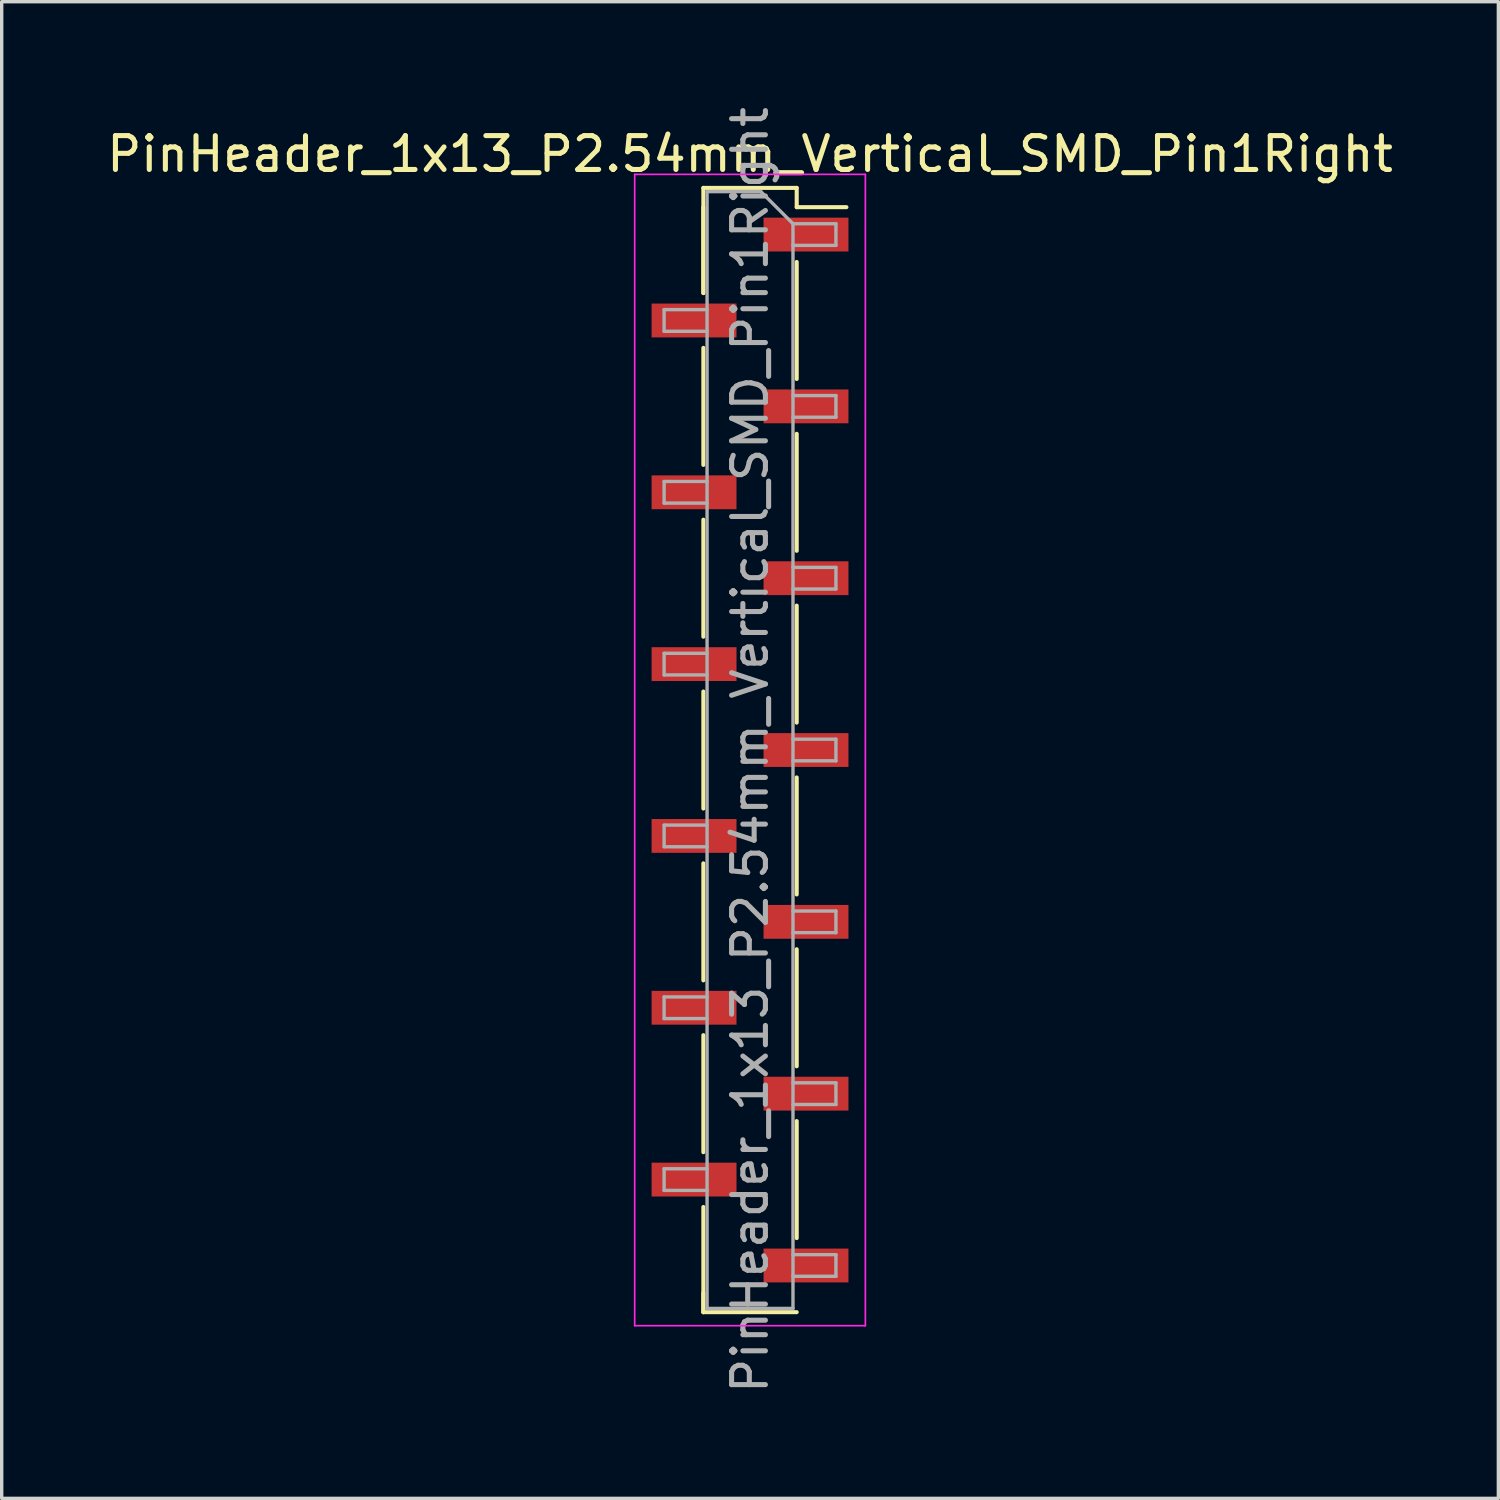
<source format=kicad_pcb>
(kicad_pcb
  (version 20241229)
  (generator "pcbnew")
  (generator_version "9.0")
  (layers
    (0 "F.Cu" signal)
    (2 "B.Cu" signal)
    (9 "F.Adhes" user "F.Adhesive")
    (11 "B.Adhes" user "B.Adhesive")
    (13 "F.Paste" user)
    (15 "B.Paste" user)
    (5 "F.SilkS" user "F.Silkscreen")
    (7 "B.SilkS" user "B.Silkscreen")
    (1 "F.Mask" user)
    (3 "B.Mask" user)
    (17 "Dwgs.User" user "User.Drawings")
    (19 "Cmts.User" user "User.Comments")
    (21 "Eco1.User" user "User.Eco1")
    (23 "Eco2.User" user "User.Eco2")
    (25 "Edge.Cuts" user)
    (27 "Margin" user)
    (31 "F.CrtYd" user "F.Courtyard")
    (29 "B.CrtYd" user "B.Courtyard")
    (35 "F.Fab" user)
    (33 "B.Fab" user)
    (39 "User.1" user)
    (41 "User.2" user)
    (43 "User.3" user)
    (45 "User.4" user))
  (footprint "PinHeader_1x13_P2.54mm_Vertical_SMD_Pin1Right"
    (layer "F.Cu")
    (at 19.125 19.125)
    (property "Reference" "PinHeader_1x13_P2.54mm_Vertical_SMD_Pin1Right" (at 0 -17.62 0) (layer "F.SilkS") (effects (font (size 1 1) (thickness 0.15))))
    (attr smd)
    (fp_line (start -1.38 -16.62) (end -1.38 -13.51) (stroke (width 0.12) (type solid)) (layer "F.SilkS"))
    (fp_line (start -1.38 -16.62) (end 1.38 -16.62) (stroke (width 0.12) (type solid)) (layer "F.SilkS"))
    (fp_line (start -1.38 -16.05) (end -1.38 -13.51) (stroke (width 0.12) (type solid)) (layer "F.SilkS"))
    (fp_line (start -1.38 -11.89) (end -1.38 -8.43) (stroke (width 0.12) (type solid)) (layer "F.SilkS"))
    (fp_line (start -1.38 -6.81) (end -1.38 -3.35) (stroke (width 0.12) (type solid)) (layer "F.SilkS"))
    (fp_line (start -1.38 -1.73) (end -1.38 1.73) (stroke (width 0.12) (type solid)) (layer "F.SilkS"))
    (fp_line (start -1.38 3.35) (end -1.38 6.81) (stroke (width 0.12) (type solid)) (layer "F.SilkS"))
    (fp_line (start -1.38 8.43) (end -1.38 11.89) (stroke (width 0.12) (type solid)) (layer "F.SilkS"))
    (fp_line (start -1.38 13.51) (end -1.38 16.62) (stroke (width 0.12) (type solid)) (layer "F.SilkS"))
    (fp_line (start -1.38 16.05) (end -1.38 16.62) (stroke (width 0.12) (type solid)) (layer "F.SilkS"))
    (fp_line (start -1.38 16.62) (end 1.38 16.62) (stroke (width 0.12) (type solid)) (layer "F.SilkS"))
    (fp_line (start 1.38 -16.62) (end 1.38 -16.05) (stroke (width 0.12) (type solid)) (layer "F.SilkS"))
    (fp_line (start 1.38 -16.05) (end 2.85 -16.05) (stroke (width 0.12) (type solid)) (layer "F.SilkS"))
    (fp_line (start 1.38 -14.43) (end 1.38 -10.97) (stroke (width 0.12) (type solid)) (layer "F.SilkS"))
    (fp_line (start 1.38 -9.35) (end 1.38 -5.89) (stroke (width 0.12) (type solid)) (layer "F.SilkS"))
    (fp_line (start 1.38 -4.27) (end 1.38 -0.81) (stroke (width 0.12) (type solid)) (layer "F.SilkS"))
    (fp_line (start 1.38 0.81) (end 1.38 4.27) (stroke (width 0.12) (type solid)) (layer "F.SilkS"))
    (fp_line (start 1.38 5.89) (end 1.38 9.35) (stroke (width 0.12) (type solid)) (layer "F.SilkS"))
    (fp_line (start 1.38 10.97) (end 1.38 14.43) (stroke (width 0.12) (type solid)) (layer "F.SilkS"))
    (fp_line (start -3.41 -17.02) (end -3.41 17.02) (stroke (width 0.05) (type solid)) (layer "F.CrtYd"))
    (fp_line (start -3.41 17.02) (end 3.41 17.02) (stroke (width 0.05) (type solid)) (layer "F.CrtYd"))
    (fp_line (start 3.41 -17.02) (end -3.41 -17.02) (stroke (width 0.05) (type solid)) (layer "F.CrtYd"))
    (fp_line (start 3.41 17.02) (end 3.41 -17.02) (stroke (width 0.05) (type solid)) (layer "F.CrtYd"))
    (fp_line (start -2.54 -13.02) (end -2.54 -12.38) (stroke (width 0.1) (type solid)) (layer "F.Fab"))
    (fp_line (start -2.54 -12.38) (end -1.27 -12.38) (stroke (width 0.1) (type solid)) (layer "F.Fab"))
    (fp_line (start -2.54 -7.94) (end -2.54 -7.3) (stroke (width 0.1) (type solid)) (layer "F.Fab"))
    (fp_line (start -2.54 -7.3) (end -1.27 -7.3) (stroke (width 0.1) (type solid)) (layer "F.Fab"))
    (fp_line (start -2.54 -2.86) (end -2.54 -2.22) (stroke (width 0.1) (type solid)) (layer "F.Fab"))
    (fp_line (start -2.54 -2.22) (end -1.27 -2.22) (stroke (width 0.1) (type solid)) (layer "F.Fab"))
    (fp_line (start -2.54 2.22) (end -2.54 2.86) (stroke (width 0.1) (type solid)) (layer "F.Fab"))
    (fp_line (start -2.54 2.86) (end -1.27 2.86) (stroke (width 0.1) (type solid)) (layer "F.Fab"))
    (fp_line (start -2.54 7.3) (end -2.54 7.94) (stroke (width 0.1) (type solid)) (layer "F.Fab"))
    (fp_line (start -2.54 7.94) (end -1.27 7.94) (stroke (width 0.1) (type solid)) (layer "F.Fab"))
    (fp_line (start -2.54 12.38) (end -2.54 13.02) (stroke (width 0.1) (type solid)) (layer "F.Fab"))
    (fp_line (start -2.54 13.02) (end -1.27 13.02) (stroke (width 0.1) (type solid)) (layer "F.Fab"))
    (fp_line (start -1.27 -16.51) (end -1.27 16.51) (stroke (width 0.1) (type solid)) (layer "F.Fab"))
    (fp_line (start -1.27 -16.51) (end 0.32 -16.51) (stroke (width 0.1) (type solid)) (layer "F.Fab"))
    (fp_line (start -1.27 -13.02) (end -2.54 -13.02) (stroke (width 0.1) (type solid)) (layer "F.Fab"))
    (fp_line (start -1.27 -7.94) (end -2.54 -7.94) (stroke (width 0.1) (type solid)) (layer "F.Fab"))
    (fp_line (start -1.27 -2.86) (end -2.54 -2.86) (stroke (width 0.1) (type solid)) (layer "F.Fab"))
    (fp_line (start -1.27 2.22) (end -2.54 2.22) (stroke (width 0.1) (type solid)) (layer "F.Fab"))
    (fp_line (start -1.27 7.3) (end -2.54 7.3) (stroke (width 0.1) (type solid)) (layer "F.Fab"))
    (fp_line (start -1.27 12.38) (end -2.54 12.38) (stroke (width 0.1) (type solid)) (layer "F.Fab"))
    (fp_line (start 1.27 -15.56) (end 0.32 -16.51) (stroke (width 0.1) (type solid)) (layer "F.Fab"))
    (fp_line (start 1.27 -15.56) (end 2.54 -15.56) (stroke (width 0.1) (type solid)) (layer "F.Fab"))
    (fp_line (start 1.27 -10.48) (end 2.54 -10.48) (stroke (width 0.1) (type solid)) (layer "F.Fab"))
    (fp_line (start 1.27 -5.4) (end 2.54 -5.4) (stroke (width 0.1) (type solid)) (layer "F.Fab"))
    (fp_line (start 1.27 -0.32) (end 2.54 -0.32) (stroke (width 0.1) (type solid)) (layer "F.Fab"))
    (fp_line (start 1.27 4.76) (end 2.54 4.76) (stroke (width 0.1) (type solid)) (layer "F.Fab"))
    (fp_line (start 1.27 9.84) (end 2.54 9.84) (stroke (width 0.1) (type solid)) (layer "F.Fab"))
    (fp_line (start 1.27 14.92) (end 2.54 14.92) (stroke (width 0.1) (type solid)) (layer "F.Fab"))
    (fp_line (start 1.27 16.51) (end -1.27 16.51) (stroke (width 0.1) (type solid)) (layer "F.Fab"))
    (fp_line (start 1.27 16.51) (end 1.27 -15.56) (stroke (width 0.1) (type solid)) (layer "F.Fab"))
    (fp_line (start 2.54 -15.56) (end 2.54 -14.92) (stroke (width 0.1) (type solid)) (layer "F.Fab"))
    (fp_line (start 2.54 -14.92) (end 1.27 -14.92) (stroke (width 0.1) (type solid)) (layer "F.Fab"))
    (fp_line (start 2.54 -10.48) (end 2.54 -9.84) (stroke (width 0.1) (type solid)) (layer "F.Fab"))
    (fp_line (start 2.54 -9.84) (end 1.27 -9.84) (stroke (width 0.1) (type solid)) (layer "F.Fab"))
    (fp_line (start 2.54 -5.4) (end 2.54 -4.76) (stroke (width 0.1) (type solid)) (layer "F.Fab"))
    (fp_line (start 2.54 -4.76) (end 1.27 -4.76) (stroke (width 0.1) (type solid)) (layer "F.Fab"))
    (fp_line (start 2.54 -0.32) (end 2.54 0.32) (stroke (width 0.1) (type solid)) (layer "F.Fab"))
    (fp_line (start 2.54 0.32) (end 1.27 0.32) (stroke (width 0.1) (type solid)) (layer "F.Fab"))
    (fp_line (start 2.54 4.76) (end 2.54 5.4) (stroke (width 0.1) (type solid)) (layer "F.Fab"))
    (fp_line (start 2.54 5.4) (end 1.27 5.4) (stroke (width 0.1) (type solid)) (layer "F.Fab"))
    (fp_line (start 2.54 9.84) (end 2.54 10.48) (stroke (width 0.1) (type solid)) (layer "F.Fab"))
    (fp_line (start 2.54 10.48) (end 1.27 10.48) (stroke (width 0.1) (type solid)) (layer "F.Fab"))
    (fp_line (start 2.54 14.92) (end 2.54 15.56) (stroke (width 0.1) (type solid)) (layer "F.Fab"))
    (fp_line (start 2.54 15.56) (end 1.27 15.56) (stroke (width 0.1) (type solid)) (layer "F.Fab"))
    (fp_text user "${REFERENCE}" (at 0 0 90) (layer "F.Fab") (effects (font (size 1 1) (thickness 0.15))))
    (pad "1" smd rect (at 1.655 -15.24) (size 2.51 1) (layers "F.Cu" "F.Mask" "F.Paste"))
    (pad "2" smd rect (at -1.655 -12.7) (size 2.51 1) (layers "F.Cu" "F.Mask" "F.Paste"))
    (pad "3" smd rect (at 1.655 -10.16) (size 2.51 1) (layers "F.Cu" "F.Mask" "F.Paste"))
    (pad "4" smd rect (at -1.655 -7.62) (size 2.51 1) (layers "F.Cu" "F.Mask" "F.Paste"))
    (pad "5" smd rect (at 1.655 -5.08) (size 2.51 1) (layers "F.Cu" "F.Mask" "F.Paste"))
    (pad "6" smd rect (at -1.655 -2.54) (size 2.51 1) (layers "F.Cu" "F.Mask" "F.Paste"))
    (pad "7" smd rect (at 1.655 0) (size 2.51 1) (layers "F.Cu" "F.Mask" "F.Paste"))
    (pad "8" smd rect (at -1.655 2.54) (size 2.51 1) (layers "F.Cu" "F.Mask" "F.Paste"))
    (pad "9" smd rect (at 1.655 5.08) (size 2.51 1) (layers "F.Cu" "F.Mask" "F.Paste"))
    (pad "10" smd rect (at -1.655 7.62) (size 2.51 1) (layers "F.Cu" "F.Mask" "F.Paste"))
    (pad "11" smd rect (at 1.655 10.16) (size 2.51 1) (layers "F.Cu" "F.Mask" "F.Paste"))
    (pad "12" smd rect (at -1.655 12.7) (size 2.51 1) (layers "F.Cu" "F.Mask" "F.Paste"))
    (pad "13" smd rect (at 1.655 15.24) (size 2.51 1) (layers "F.Cu" "F.Mask" "F.Paste")))
  (gr_rect
    (start -3 -3)
    (end 41.25 41.25)
    (stroke (width 0.1) (type default))
    (fill no)
    (layer "Edge.Cuts")))
</source>
